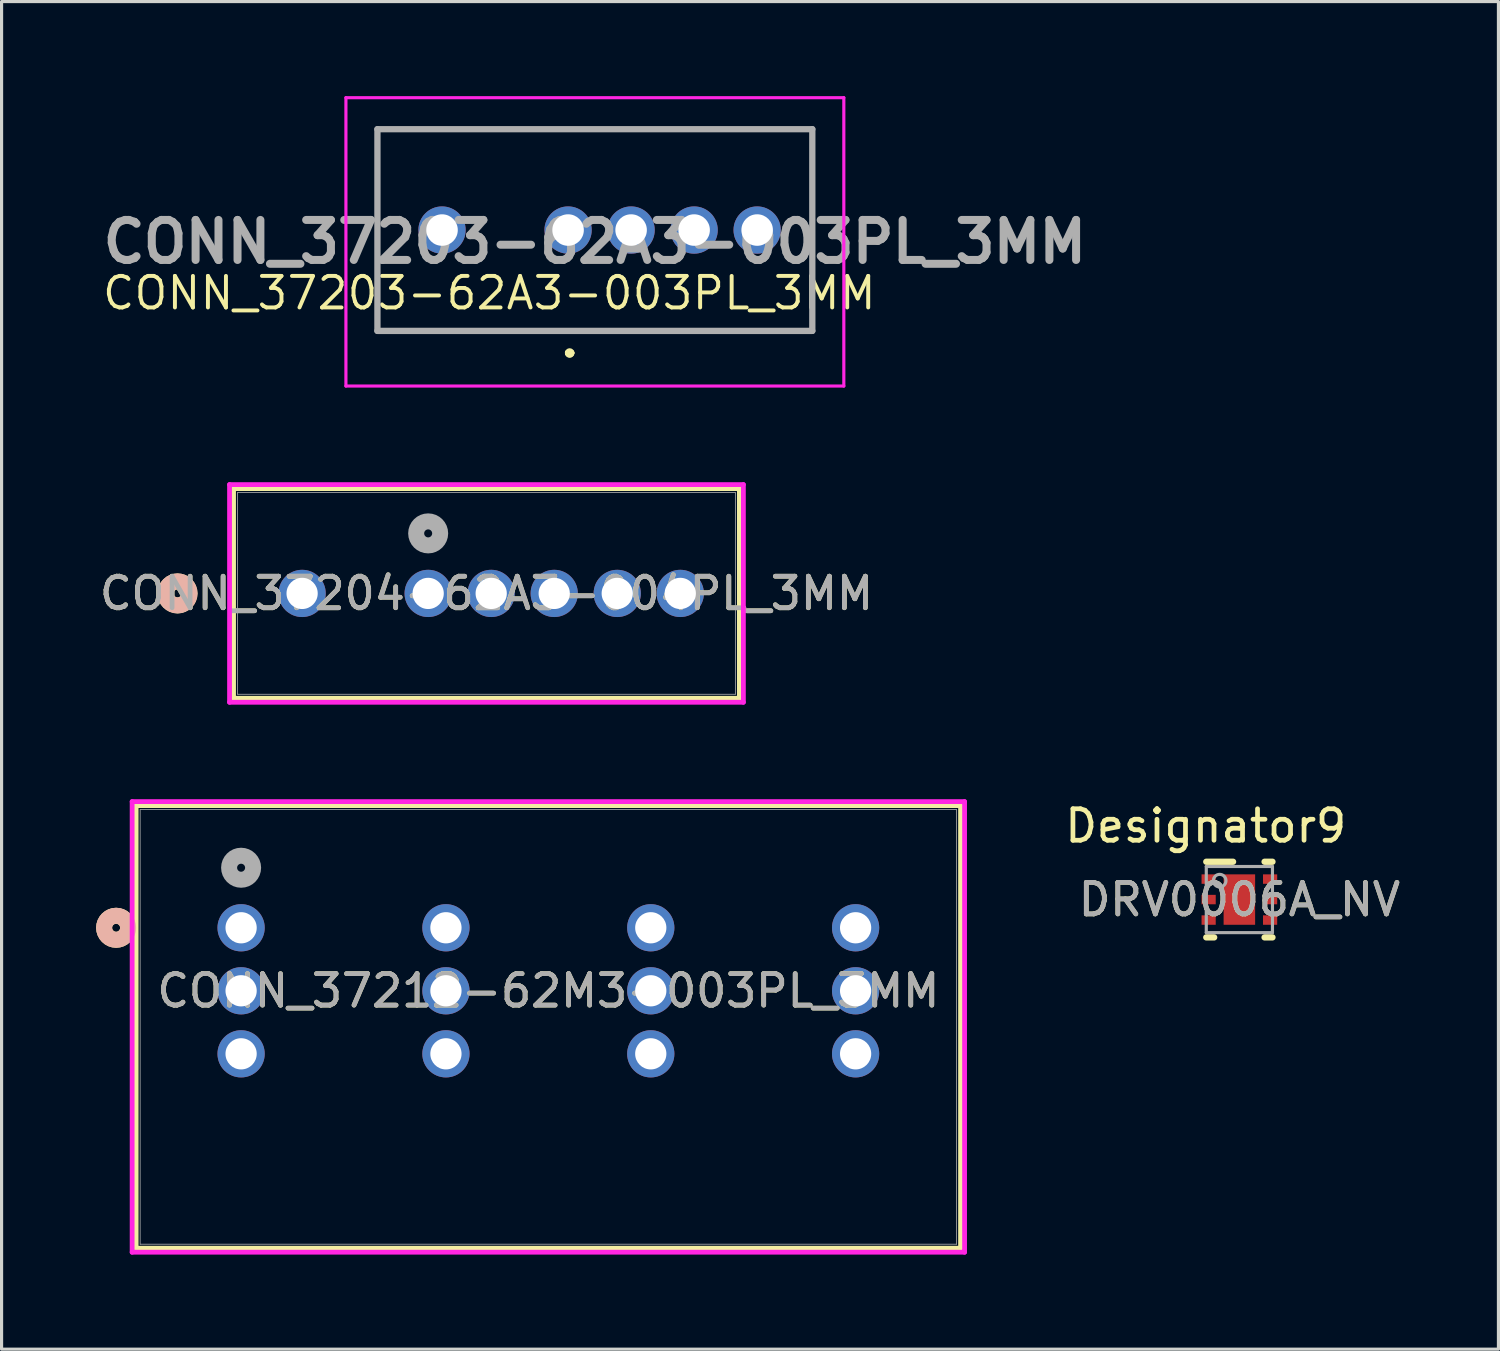
<source format=kicad_pcb>
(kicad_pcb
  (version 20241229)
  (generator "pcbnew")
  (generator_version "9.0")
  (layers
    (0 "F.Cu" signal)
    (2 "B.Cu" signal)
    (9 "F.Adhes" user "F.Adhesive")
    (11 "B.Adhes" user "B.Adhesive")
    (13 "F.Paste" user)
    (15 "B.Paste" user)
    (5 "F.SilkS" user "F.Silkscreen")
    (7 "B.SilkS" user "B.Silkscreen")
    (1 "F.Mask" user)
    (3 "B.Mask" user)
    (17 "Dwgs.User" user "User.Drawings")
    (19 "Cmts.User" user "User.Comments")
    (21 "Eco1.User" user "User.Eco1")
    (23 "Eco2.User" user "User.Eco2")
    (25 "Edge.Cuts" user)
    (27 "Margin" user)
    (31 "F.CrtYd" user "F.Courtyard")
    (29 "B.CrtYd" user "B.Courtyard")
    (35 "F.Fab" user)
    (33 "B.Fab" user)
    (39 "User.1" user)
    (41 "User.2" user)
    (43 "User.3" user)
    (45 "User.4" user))
  (footprint "CONN_37212-62M3-003PL_3MM"
    (layer "F.Cu")
    (at 4.601 26.391)
    (property "Reference" "CONN_37212-62M3-003PL_3MM" (at 9.75 2 0) (unlocked yes) (layer "F.SilkS") (effects (font (size 1 1) (thickness 0.15))))
    (attr through_hole)
    (fp_line (start -3.331 -3.877) (end -3.331 10.169) (stroke (width 0.152) (type solid)) (layer "F.SilkS"))
    (fp_line (start -3.331 10.169) (end 22.831 10.169) (stroke (width 0.152) (type solid)) (layer "F.SilkS"))
    (fp_line (start 22.831 -3.877) (end -3.331 -3.877) (stroke (width 0.152) (type solid)) (layer "F.SilkS"))
    (fp_line (start 22.831 10.169) (end 22.831 -3.877) (stroke (width 0.152) (type solid)) (layer "F.SilkS"))
    (fp_circle (center -3.966 0) (end -3.585 0) (stroke (width 0.508) (type solid)) (fill no) (layer "F.SilkS"))
    (fp_circle (center -3.966 0) (end -3.585 0) (stroke (width 0.508) (type solid)) (fill no) (layer "B.SilkS"))
    (fp_line (start -3.458 -4.004) (end -3.458 10.296) (stroke (width 0.152) (type solid)) (layer "F.CrtYd"))
    (fp_line (start -3.458 10.296) (end 22.958 10.296) (stroke (width 0.152) (type solid)) (layer "F.CrtYd"))
    (fp_line (start 22.958 -4.004) (end -3.458 -4.004) (stroke (width 0.152) (type solid)) (layer "F.CrtYd"))
    (fp_line (start 22.958 10.296) (end 22.958 -4.004) (stroke (width 0.152) (type solid)) (layer "F.CrtYd"))
    (fp_line (start -3.204 -3.75) (end -3.204 10.042) (stroke (width 0.025) (type solid)) (layer "F.Fab"))
    (fp_line (start -3.204 10.042) (end 22.704 10.042) (stroke (width 0.025) (type solid)) (layer "F.Fab"))
    (fp_line (start 22.704 -3.75) (end -3.204 -3.75) (stroke (width 0.025) (type solid)) (layer "F.Fab"))
    (fp_line (start 22.704 10.042) (end 22.704 -3.75) (stroke (width 0.025) (type solid)) (layer "F.Fab"))
    (fp_circle (center 0 -1.905) (end 0.381 -1.905) (stroke (width 0.508) (type solid)) (fill no) (layer "F.Fab"))
    (fp_text user "${REFERENCE}" (at 9.75 2 0) (unlocked yes) (layer "F.Fab") (effects (font (size 1 1) (thickness 0.15))))
    (pad "1" thru_hole circle (at 0 0) (size 1.499 1.499) (drill 0.991) (layers "*.Cu" "*.Mask"))
    (pad "2" thru_hole circle (at 0 2) (size 1.499 1.499) (drill 0.991) (layers "*.Cu" "*.Mask"))
    (pad "3" thru_hole circle (at 0 4) (size 1.499 1.499) (drill 0.991) (layers "*.Cu" "*.Mask"))
    (pad "4" thru_hole circle (at 6.5 0) (size 1.499 1.499) (drill 0.991) (layers "*.Cu" "*.Mask"))
    (pad "5" thru_hole circle (at 6.5 2) (size 1.499 1.499) (drill 0.991) (layers "*.Cu" "*.Mask"))
    (pad "6" thru_hole circle (at 6.5 4) (size 1.499 1.499) (drill 0.991) (layers "*.Cu" "*.Mask"))
    (pad "7" thru_hole circle (at 13 0) (size 1.499 1.499) (drill 0.991) (layers "*.Cu" "*.Mask"))
    (pad "8" thru_hole circle (at 13 2) (size 1.499 1.499) (drill 0.991) (layers "*.Cu" "*.Mask"))
    (pad "9" thru_hole circle (at 13 4) (size 1.499 1.499) (drill 0.991) (layers "*.Cu" "*.Mask"))
    (pad "10" thru_hole circle (at 19.5 0) (size 1.499 1.499) (drill 0.991) (layers "*.Cu" "*.Mask"))
    (pad "11" thru_hole circle (at 19.5 2) (size 1.499 1.499) (drill 0.991) (layers "*.Cu" "*.Mask"))
    (pad "12" thru_hole circle (at 19.5 4) (size 1.499 1.499) (drill 0.991) (layers "*.Cu" "*.Mask")))
  (footprint "DRV0006A_NV"
    (layer "F.Cu")
    (at 36.279 25.496)
    (property "Reference" "DRV0006A_NV" (at 0 0 0) (unlocked yes) (layer "F.SilkS") (effects (font (size 1 1) (thickness 0.15))))
    (attr smd)
    (fp_line (start -1.05 -1.2) (end -0.2 -1.2) (stroke (width 0.2) (type solid)) (layer "F.SilkS"))
    (fp_line (start -1.05 1.2) (end -0.8 1.2) (stroke (width 0.2) (type solid)) (layer "F.SilkS"))
    (fp_line (start 0.8 -1.2) (end 1.05 -1.2) (stroke (width 0.2) (type solid)) (layer "F.SilkS"))
    (fp_line (start 0.8 1.2) (end 1.05 1.2) (stroke (width 0.2) (type solid)) (layer "F.SilkS"))
    (fp_poly (pts (xy -0.5 -0.149) (xy -0.5 -0.751) (xy -0.499 -0.761) (xy -0.496 -0.77) (xy -0.492 -0.778) (xy -0.486 -0.786) (xy -0.478 -0.792) (xy -0.47 -0.796) (xy -0.461 -0.799) (xy -0.451 -0.8) (xy 0.451 -0.8) (xy 0.461 -0.799) (xy 0.47 -0.796) (xy 0.478 -0.792) (xy 0.486 -0.786) (xy 0.492 -0.778) (xy 0.496 -0.77) (xy 0.499 -0.761) (xy 0.5 -0.751) (xy 0.5 -0.149) (xy 0.499 -0.139) (xy 0.496 -0.13) (xy 0.492 -0.122) (xy 0.486 -0.114) (xy 0.478 -0.108) (xy 0.47 -0.104) (xy 0.461 -0.101) (xy 0.451 -0.1) (xy -0.451 -0.1) (xy -0.461 -0.101) (xy -0.47 -0.104) (xy -0.478 -0.108) (xy -0.486 -0.114) (xy -0.492 -0.122) (xy -0.496 -0.13) (xy -0.499 -0.139)) (stroke (width 0) (type solid)) (fill yes) (layer "F.Paste"))
    (fp_poly (pts (xy -0.5 0.751) (xy -0.5 0.149) (xy -0.499 0.139) (xy -0.496 0.13) (xy -0.492 0.122) (xy -0.486 0.114) (xy -0.478 0.108) (xy -0.47 0.104) (xy -0.461 0.101) (xy -0.451 0.1) (xy 0.451 0.1) (xy 0.461 0.101) (xy 0.47 0.104) (xy 0.478 0.108) (xy 0.486 0.114) (xy 0.492 0.122) (xy 0.496 0.13) (xy 0.499 0.139) (xy 0.5 0.149) (xy 0.5 0.751) (xy 0.499 0.761) (xy 0.496 0.77) (xy 0.492 0.778) (xy 0.486 0.786) (xy 0.478 0.792) (xy 0.47 0.796) (xy 0.461 0.799) (xy 0.451 0.8) (xy -0.451 0.8) (xy -0.461 0.799) (xy -0.47 0.796) (xy -0.478 0.792) (xy -0.486 0.786) (xy -0.492 0.778) (xy -0.496 0.77) (xy -0.499 0.761)) (stroke (width 0) (type solid)) (fill yes) (layer "F.Paste"))
    (fp_line (start -1.05 -1.05) (end 1.05 -1.05) (stroke (width 0.1) (type solid)) (layer "F.Fab"))
    (fp_line (start -1.05 1.05) (end -1.05 -1.05) (stroke (width 0.1) (type solid)) (layer "F.Fab"))
    (fp_line (start -1.05 1.05) (end 1.05 1.05) (stroke (width 0.1) (type solid)) (layer "F.Fab"))
    (fp_line (start 1.05 1.05) (end 1.05 -1.05) (stroke (width 0.1) (type solid)) (layer "F.Fab"))
    (fp_circle (center -0.625 -0.6) (end -0.425 -0.6) (stroke (width 0.1) (type solid)) (fill no) (layer "F.Fab"))
    (fp_text user "Designator9" (at -1.067 -2.337 0) (unlocked yes) (layer "F.SilkS") (effects (font (size 1 1) (thickness 0.15))))
    (fp_text user "${REFERENCE}" (at 0 0 0) (unlocked yes) (layer "F.Fab") (effects (font (size 1 1) (thickness 0.15))))
    (pad "1" smd rect (at -0.975 -0.65 90) (size 0.3 0.45) (layers "F.Cu" "F.Mask" "F.Paste"))
    (pad "2" smd rect (at -0.975 0 90) (size 0.3 0.45) (layers "F.Cu" "F.Mask" "F.Paste"))
    (pad "3" smd rect (at -0.975 0.65 90) (size 0.3 0.45) (layers "F.Cu" "F.Mask" "F.Paste"))
    (pad "4" smd rect (at 0.975 0.65 90) (size 0.3 0.45) (layers "F.Cu" "F.Mask" "F.Paste"))
    (pad "5" smd rect (at 0.975 0 90) (size 0.3 0.45) (layers "F.Cu" "F.Mask" "F.Paste"))
    (pad "6" smd rect (at 0.975 -0.65 90) (size 0.3 0.45) (layers "F.Cu" "F.Mask" "F.Paste"))
    (pad "7" smd rect (at 0 0) (size 1 1.6) (layers "F.Cu" "F.Mask" "F.Paste")))
  (footprint "CONN_37203-62A3-003PL_3MM"
    (layer "F.Cu")
    (at 14.977 4.25)
    (property "Reference" "CONN_37203-62A3-003PL_3MM" (at -2.5 2 0) (layer "F.SilkS") (effects (font (size 1 1) (thickness 0.125))))
    (attr through_hole)
    (fp_line (start -6.05 -3.2) (end 7.75 -3.2) (stroke (width 0.1) (type solid)) (layer "F.SilkS"))
    (fp_line (start -6.05 3.2) (end -6.05 -3.2) (stroke (width 0.1) (type solid)) (layer "F.SilkS"))
    (fp_line (start 0 3.9) (end 0 3.9) (stroke (width 0.2) (type solid)) (layer "F.SilkS"))
    (fp_line (start 0 3.9) (end 0 3.9) (stroke (width 0.2) (type solid)) (layer "F.SilkS"))
    (fp_line (start 0.1 3.9) (end 0.1 3.9) (stroke (width 0.2) (type solid)) (layer "F.SilkS"))
    (fp_line (start 7.75 -3.2) (end 7.75 3.2) (stroke (width 0.1) (type solid)) (layer "F.SilkS"))
    (fp_line (start 7.75 3.2) (end -6.05 3.2) (stroke (width 0.1) (type solid)) (layer "F.SilkS"))
    (fp_arc (start 0 3.9) (mid 0.05 3.85) (end 0.1 3.9) (stroke (width 0.2) (type solid)) (layer "F.SilkS"))
    (fp_arc (start 0.1 3.9) (mid 0.05 3.95) (end 0 3.9) (stroke (width 0.2) (type solid)) (layer "F.SilkS"))
    (fp_arc (start 0.1 3.9) (mid 0.05 3.95) (end 0 3.9) (stroke (width 0.2) (type solid)) (layer "F.SilkS"))
    (fp_line (start -7.05 -4.2) (end 8.75 -4.2) (stroke (width 0.1) (type solid)) (layer "F.CrtYd"))
    (fp_line (start -7.05 4.95) (end -7.05 -4.2) (stroke (width 0.1) (type solid)) (layer "F.CrtYd"))
    (fp_line (start 8.75 -4.2) (end 8.75 4.95) (stroke (width 0.1) (type solid)) (layer "F.CrtYd"))
    (fp_line (start 8.75 4.95) (end -7.05 4.95) (stroke (width 0.1) (type solid)) (layer "F.CrtYd"))
    (fp_line (start -6.05 -3.2) (end -6.05 3.2) (stroke (width 0.2) (type solid)) (layer "F.Fab"))
    (fp_line (start -6.05 3.2) (end 7.75 3.2) (stroke (width 0.2) (type solid)) (layer "F.Fab"))
    (fp_line (start 7.75 -3.2) (end -6.05 -3.2) (stroke (width 0.2) (type solid)) (layer "F.Fab"))
    (fp_line (start 7.75 3.2) (end 7.75 -3.2) (stroke (width 0.2) (type solid)) (layer "F.Fab"))
    (fp_text user "${REFERENCE}" (at 0.85 0.375 0) (layer "F.Fab") (effects (font (size 1.27 1.27) (thickness 0.254))))
    (pad "1" thru_hole circle (at 0 0) (size 1.5 1.5) (drill 1) (layers "*.Cu" "*.Mask"))
    (pad "2" thru_hole circle (at 2 0) (size 1.5 1.5) (drill 1) (layers "*.Cu" "*.Mask"))
    (pad "3" thru_hole circle (at 4 0) (size 1.5 1.5) (drill 1) (layers "*.Cu" "*.Mask"))
    (pad "MH1" thru_hole circle (at -4 0) (size 1.5 1.5) (drill 1) (layers "*.Cu" "*.Mask"))
    (pad "MH2" thru_hole circle (at 6 0) (size 1.5 1.5) (drill 1) (layers "*.Cu" "*.Mask")))
  (footprint "CONN_37204-62A3-004PL_3MM"
    (layer "F.Cu")
    (at 10.537 15.781)
    (property "Reference" "CONN_37204-62A3-004PL_3MM" (at 1.85 0 0) (unlocked yes) (layer "F.SilkS") (effects (font (size 1 1) (thickness 0.15))))
    (attr through_hole)
    (fp_line (start -6.176 -3.327) (end -6.176 3.327) (stroke (width 0.152) (type solid)) (layer "F.SilkS"))
    (fp_line (start -6.176 3.327) (end 9.876 3.327) (stroke (width 0.152) (type solid)) (layer "F.SilkS"))
    (fp_line (start 9.876 -3.327) (end -6.176 -3.327) (stroke (width 0.152) (type solid)) (layer "F.SilkS"))
    (fp_line (start 9.876 3.327) (end 9.876 -3.327) (stroke (width 0.152) (type solid)) (layer "F.SilkS"))
    (fp_circle (center -7.954 0) (end -7.573 0) (stroke (width 0.508) (type solid)) (fill no) (layer "F.SilkS"))
    (fp_circle (center -7.954 0) (end -7.573 0) (stroke (width 0.508) (type solid)) (fill no) (layer "B.SilkS"))
    (fp_line (start -6.303 -3.454) (end -6.303 3.454) (stroke (width 0.152) (type solid)) (layer "F.CrtYd"))
    (fp_line (start -6.303 3.454) (end 10.003 3.454) (stroke (width 0.152) (type solid)) (layer "F.CrtYd"))
    (fp_line (start 10.003 -3.454) (end -6.303 -3.454) (stroke (width 0.152) (type solid)) (layer "F.CrtYd"))
    (fp_line (start 10.003 3.454) (end 10.003 -3.454) (stroke (width 0.152) (type solid)) (layer "F.CrtYd"))
    (fp_line (start -6.049 -3.2) (end -6.049 3.2) (stroke (width 0.025) (type solid)) (layer "F.Fab"))
    (fp_line (start -6.049 3.2) (end 9.749 3.2) (stroke (width 0.025) (type solid)) (layer "F.Fab"))
    (fp_line (start 9.749 -3.2) (end -6.049 -3.2) (stroke (width 0.025) (type solid)) (layer "F.Fab"))
    (fp_line (start 9.749 3.2) (end 9.749 -3.2) (stroke (width 0.025) (type solid)) (layer "F.Fab"))
    (fp_circle (center 0 -1.905) (end 0.381 -1.905) (stroke (width 0.508) (type solid)) (fill no) (layer "F.Fab"))
    (fp_text user "${REFERENCE}" (at 1.85 0 0) (unlocked yes) (layer "F.Fab") (effects (font (size 1 1) (thickness 0.15))))
    (pad "1" thru_hole circle (at 0 0) (size 1.499 1.499) (drill 0.991) (layers "*.Cu" "*.Mask"))
    (pad "2" thru_hole circle (at 2 0) (size 1.499 1.499) (drill 0.991) (layers "*.Cu" "*.Mask"))
    (pad "3" thru_hole circle (at 4 0) (size 1.499 1.499) (drill 0.991) (layers "*.Cu" "*.Mask"))
    (pad "4" thru_hole circle (at 6 0) (size 1.499 1.499) (drill 0.991) (layers "*.Cu" "*.Mask"))
    (pad "5" thru_hole circle (at -4 0) (size 1.499 1.499) (drill 0.991) (layers "*.Cu" "*.Mask"))
    (pad "6" thru_hole circle (at 8 0) (size 1.499 1.499) (drill 0.991) (layers "*.Cu" "*.Mask")))
  (gr_rect
    (start -3 -3)
    (end 44.5 39.764)
    (stroke (width 0.1) (type default))
    (fill no)
    (layer "Edge.Cuts")))
</source>
